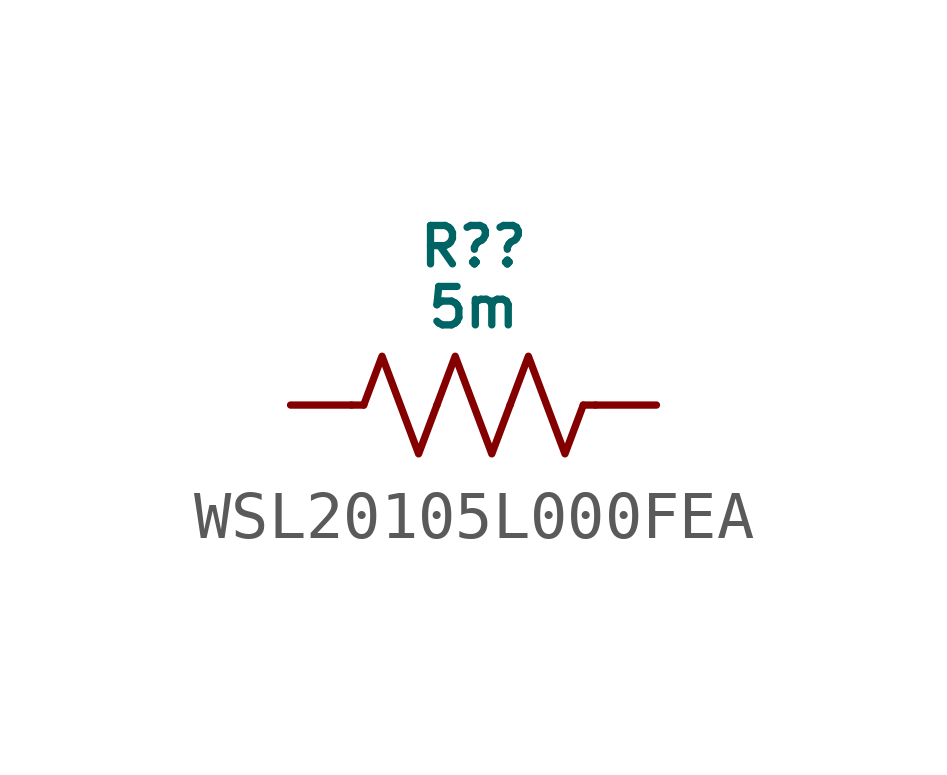
<source format=kicad_sym>
(kicad_symbol_lib
  (version 20231120)
  (generator "kicad_symbol_editor")
  (generator_version "8.0")
  (symbol "WSL20105L000FEA"
    (pin_numbers hide)
    (pin_names hide)
    (property "Reference" "R?"
      (at 0 3.302 0)
      (do_not_autoplace)
      (effects (font (size 0.8 0.8))))
    (property "Value" "5m"
      (at 0 2.032 0)
      (do_not_autoplace)
      (effects (font (size 0.8 0.8))))
    (symbol "WSL20105L000FEA_0_1"
      (polyline (pts (xy -2.286 0) (xy -2.54 0)) (stroke (width 0) (type default)) (fill (type none)))
      (polyline (pts (xy 2.286 0) (xy 2.54 0)) (stroke (width 0) (type default)) (fill (type none)))
      (polyline (pts (xy -2.286 0) (xy -1.905 1.016) (xy -1.524 0) (xy -1.143 -1.016) (xy -0.762 0)) (stroke (width 0) (type default)) (fill (type none)))
      (polyline (pts (xy -0.762 0) (xy -0.381 1.016) (xy 0 0) (xy 0.381 -1.016) (xy 0.762 0)) (stroke (width 0) (type default)) (fill (type none)))
      (polyline (pts (xy 0.762 0) (xy 1.143 1.016) (xy 1.524 0) (xy 1.905 -1.016) (xy 2.286 0)) (stroke (width 0) (type default)) (fill (type none))))
    (symbol "WSL20105L000FEA_1_0"
      (pin passive line (at -3.81 0 0) (length 1.27) (name "" (effects (font (size 0.8 0.8)))) (number "1" (effects (font (size 0.8 0.8)))))
      (pin passive line (at 3.81 0 180) (length 1.27) (name "" (effects (font (size 0.8 0.8)))) (number "2" (effects (font (size 0.8 0.8))))))))
</source>
